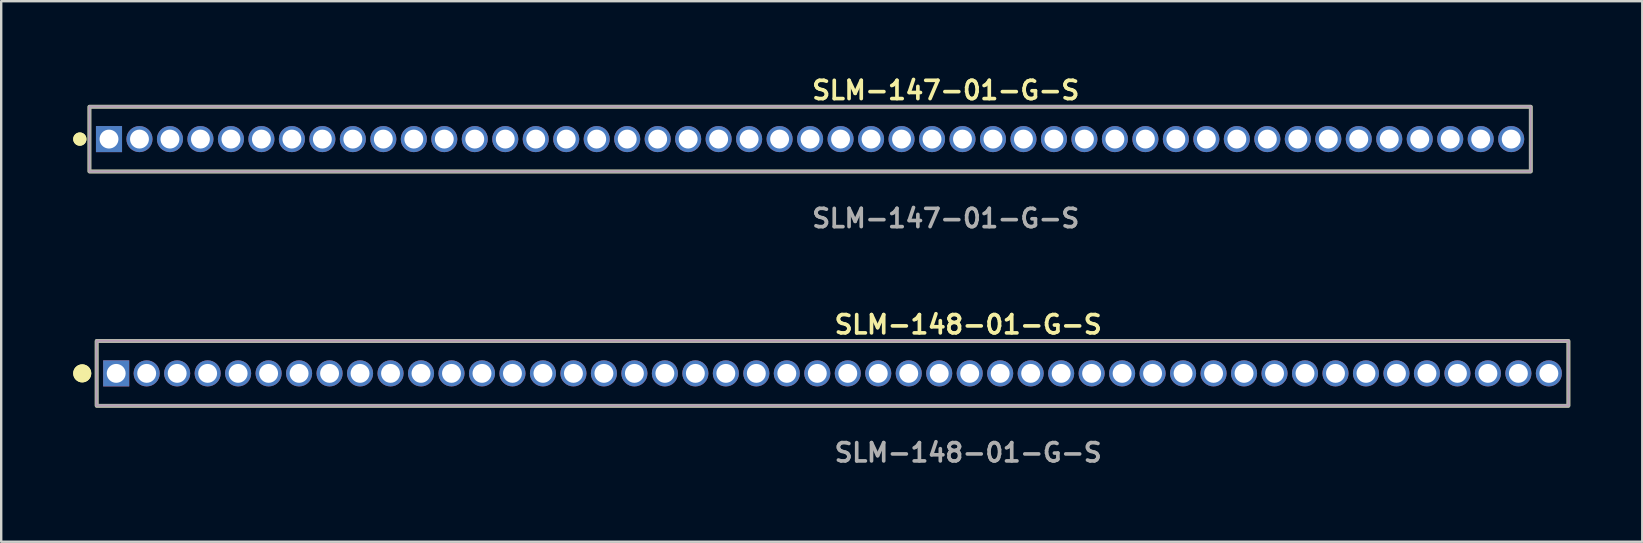
<source format=kicad_pcb>
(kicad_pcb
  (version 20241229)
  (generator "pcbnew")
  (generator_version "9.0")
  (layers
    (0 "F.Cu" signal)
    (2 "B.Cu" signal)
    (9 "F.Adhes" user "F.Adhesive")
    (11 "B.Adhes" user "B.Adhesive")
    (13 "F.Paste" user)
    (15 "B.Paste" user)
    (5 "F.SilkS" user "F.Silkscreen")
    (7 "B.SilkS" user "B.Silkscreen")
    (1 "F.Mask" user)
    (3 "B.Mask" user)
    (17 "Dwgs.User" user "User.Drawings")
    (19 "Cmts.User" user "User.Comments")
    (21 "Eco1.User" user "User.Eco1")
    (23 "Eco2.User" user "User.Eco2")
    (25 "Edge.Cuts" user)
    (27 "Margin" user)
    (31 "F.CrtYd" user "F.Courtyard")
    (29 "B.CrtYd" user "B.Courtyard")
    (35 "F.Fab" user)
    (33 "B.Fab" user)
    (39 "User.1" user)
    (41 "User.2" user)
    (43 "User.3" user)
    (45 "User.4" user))
  (footprint "SLM-148-01-G-S"
    (layer "F.Cu")
    (at 31.636 12.506)
    (property "Reference" "SLM-148-01-G-S" (at 0 -2.032 0) (unlocked yes) (layer "F.SilkS") (effects (font (size 0.762 0.762) (thickness 0.152)) (justify left)))
    (fp_rect (start -30.66 1.35) (end 30.66 -1.35) (stroke (width 0.152) (type solid)) (fill no) (layer "F.SilkS"))
    (fp_circle (center -31.26 0) (end -31.56 0) (stroke (width 0.152) (type solid)) (fill yes) (layer "F.SilkS"))
    (fp_circle (center -31.26 0) (end -31.56 0) (stroke (width 0.152) (type solid)) (fill yes) (layer "F.SilkS"))
    (fp_rect (start -30.66 1.35) (end 30.66 -1.35) (stroke (width 0.006) (type solid)) (fill no) (layer "F.CrtYd"))
    (fp_rect (start -30.66 1.35) (end 30.66 -1.35) (stroke (width 0.152) (type solid)) (fill no) (layer "F.Fab"))
    (fp_text user "${REFERENCE}" (at 0 3.302 0) (unlocked yes) (layer "F.Fab") (effects (font (size 0.762 0.762) (thickness 0.152)) (justify left)))
    (pad "1" thru_hole rect (at -29.845 0) (size 1.087 1.087) (drill 0.787) (layers "*.Cu" "*.Mask"))
    (pad "2" thru_hole circle (at -28.575 0) (size 1.087 1.087) (drill 0.787) (layers "*.Cu" "*.Mask"))
    (pad "3" thru_hole circle (at -27.305 0) (size 1.087 1.087) (drill 0.787) (layers "*.Cu" "*.Mask"))
    (pad "4" thru_hole circle (at -26.035 0) (size 1.087 1.087) (drill 0.787) (layers "*.Cu" "*.Mask"))
    (pad "5" thru_hole circle (at -24.765 0) (size 1.087 1.087) (drill 0.787) (layers "*.Cu" "*.Mask"))
    (pad "6" thru_hole circle (at -23.495 0) (size 1.087 1.087) (drill 0.787) (layers "*.Cu" "*.Mask"))
    (pad "7" thru_hole circle (at -22.225 0) (size 1.087 1.087) (drill 0.787) (layers "*.Cu" "*.Mask"))
    (pad "8" thru_hole circle (at -20.955 0) (size 1.087 1.087) (drill 0.787) (layers "*.Cu" "*.Mask"))
    (pad "9" thru_hole circle (at -19.685 0) (size 1.087 1.087) (drill 0.787) (layers "*.Cu" "*.Mask"))
    (pad "10" thru_hole circle (at -18.415 0) (size 1.087 1.087) (drill 0.787) (layers "*.Cu" "*.Mask"))
    (pad "11" thru_hole circle (at -17.145 0) (size 1.087 1.087) (drill 0.787) (layers "*.Cu" "*.Mask"))
    (pad "12" thru_hole circle (at -15.875 0) (size 1.087 1.087) (drill 0.787) (layers "*.Cu" "*.Mask"))
    (pad "13" thru_hole circle (at -14.605 0) (size 1.087 1.087) (drill 0.787) (layers "*.Cu" "*.Mask"))
    (pad "14" thru_hole circle (at -13.335 0) (size 1.087 1.087) (drill 0.787) (layers "*.Cu" "*.Mask"))
    (pad "15" thru_hole circle (at -12.065 0) (size 1.087 1.087) (drill 0.787) (layers "*.Cu" "*.Mask"))
    (pad "16" thru_hole circle (at -10.795 0) (size 1.087 1.087) (drill 0.787) (layers "*.Cu" "*.Mask"))
    (pad "17" thru_hole circle (at -9.525 0) (size 1.087 1.087) (drill 0.787) (layers "*.Cu" "*.Mask"))
    (pad "18" thru_hole circle (at -8.255 0) (size 1.087 1.087) (drill 0.787) (layers "*.Cu" "*.Mask"))
    (pad "19" thru_hole circle (at -6.985 0) (size 1.087 1.087) (drill 0.787) (layers "*.Cu" "*.Mask"))
    (pad "20" thru_hole circle (at -5.715 0) (size 1.087 1.087) (drill 0.787) (layers "*.Cu" "*.Mask"))
    (pad "21" thru_hole circle (at -4.445 0) (size 1.087 1.087) (drill 0.787) (layers "*.Cu" "*.Mask"))
    (pad "22" thru_hole circle (at -3.175 0) (size 1.087 1.087) (drill 0.787) (layers "*.Cu" "*.Mask"))
    (pad "23" thru_hole circle (at -1.905 0) (size 1.087 1.087) (drill 0.787) (layers "*.Cu" "*.Mask"))
    (pad "24" thru_hole circle (at -0.635 0) (size 1.087 1.087) (drill 0.787) (layers "*.Cu" "*.Mask"))
    (pad "25" thru_hole circle (at 0.635 0) (size 1.087 1.087) (drill 0.787) (layers "*.Cu" "*.Mask"))
    (pad "26" thru_hole circle (at 1.905 0) (size 1.087 1.087) (drill 0.787) (layers "*.Cu" "*.Mask"))
    (pad "27" thru_hole circle (at 3.175 0) (size 1.087 1.087) (drill 0.787) (layers "*.Cu" "*.Mask"))
    (pad "28" thru_hole circle (at 4.445 0) (size 1.087 1.087) (drill 0.787) (layers "*.Cu" "*.Mask"))
    (pad "29" thru_hole circle (at 5.715 0) (size 1.087 1.087) (drill 0.787) (layers "*.Cu" "*.Mask"))
    (pad "30" thru_hole circle (at 6.985 0) (size 1.087 1.087) (drill 0.787) (layers "*.Cu" "*.Mask"))
    (pad "31" thru_hole circle (at 8.255 0) (size 1.087 1.087) (drill 0.787) (layers "*.Cu" "*.Mask"))
    (pad "32" thru_hole circle (at 9.525 0) (size 1.087 1.087) (drill 0.787) (layers "*.Cu" "*.Mask"))
    (pad "33" thru_hole circle (at 10.795 0) (size 1.087 1.087) (drill 0.787) (layers "*.Cu" "*.Mask"))
    (pad "34" thru_hole circle (at 12.065 0) (size 1.087 1.087) (drill 0.787) (layers "*.Cu" "*.Mask"))
    (pad "35" thru_hole circle (at 13.335 0) (size 1.087 1.087) (drill 0.787) (layers "*.Cu" "*.Mask"))
    (pad "36" thru_hole circle (at 14.605 0) (size 1.087 1.087) (drill 0.787) (layers "*.Cu" "*.Mask"))
    (pad "37" thru_hole circle (at 15.875 0) (size 1.087 1.087) (drill 0.787) (layers "*.Cu" "*.Mask"))
    (pad "38" thru_hole circle (at 17.145 0) (size 1.087 1.087) (drill 0.787) (layers "*.Cu" "*.Mask"))
    (pad "39" thru_hole circle (at 18.415 0) (size 1.087 1.087) (drill 0.787) (layers "*.Cu" "*.Mask"))
    (pad "40" thru_hole circle (at 19.685 0) (size 1.087 1.087) (drill 0.787) (layers "*.Cu" "*.Mask"))
    (pad "41" thru_hole circle (at 20.955 0) (size 1.087 1.087) (drill 0.787) (layers "*.Cu" "*.Mask"))
    (pad "42" thru_hole circle (at 22.225 0) (size 1.087 1.087) (drill 0.787) (layers "*.Cu" "*.Mask"))
    (pad "43" thru_hole circle (at 23.495 0) (size 1.087 1.087) (drill 0.787) (layers "*.Cu" "*.Mask"))
    (pad "44" thru_hole circle (at 24.765 0) (size 1.087 1.087) (drill 0.787) (layers "*.Cu" "*.Mask"))
    (pad "45" thru_hole circle (at 26.035 0) (size 1.087 1.087) (drill 0.787) (layers "*.Cu" "*.Mask"))
    (pad "46" thru_hole circle (at 27.305 0) (size 1.087 1.087) (drill 0.787) (layers "*.Cu" "*.Mask"))
    (pad "47" thru_hole circle (at 28.575 0) (size 1.087 1.087) (drill 0.787) (layers "*.Cu" "*.Mask"))
    (pad "48" thru_hole circle (at 29.845 0) (size 1.087 1.087) (drill 0.787) (layers "*.Cu" "*.Mask")))
  (footprint "SLM-147-01-G-S"
    (layer "F.Cu")
    (at 30.701 2.745)
    (property "Reference" "SLM-147-01-G-S" (at 0 -2.032 0) (unlocked yes) (layer "F.SilkS") (effects (font (size 0.762 0.762) (thickness 0.152)) (justify left)))
    (fp_rect (start -30.025 1.35) (end 30.025 -1.35) (stroke (width 0.152) (type solid)) (fill no) (layer "F.SilkS"))
    (fp_circle (center -30.425 0) (end -30.625 0) (stroke (width 0.152) (type solid)) (fill yes) (layer "F.SilkS"))
    (fp_circle (center -30.425 0) (end -30.625 0) (stroke (width 0.152) (type solid)) (fill yes) (layer "F.SilkS"))
    (fp_rect (start -30.025 1.35) (end 30.025 -1.35) (stroke (width 0.006) (type solid)) (fill no) (layer "F.CrtYd"))
    (fp_rect (start -30.025 1.35) (end 30.025 -1.35) (stroke (width 0.152) (type solid)) (fill no) (layer "F.Fab"))
    (fp_text user "${REFERENCE}" (at 0 3.302 0) (unlocked yes) (layer "F.Fab") (effects (font (size 0.762 0.762) (thickness 0.152)) (justify left)))
    (pad "1" thru_hole rect (at -29.21 0) (size 1.087 1.087) (drill 0.787) (layers "*.Cu" "*.Mask"))
    (pad "2" thru_hole circle (at -27.94 0) (size 1.087 1.087) (drill 0.787) (layers "*.Cu" "*.Mask"))
    (pad "3" thru_hole circle (at -26.67 0) (size 1.087 1.087) (drill 0.787) (layers "*.Cu" "*.Mask"))
    (pad "4" thru_hole circle (at -25.4 0) (size 1.087 1.087) (drill 0.787) (layers "*.Cu" "*.Mask"))
    (pad "5" thru_hole circle (at -24.13 0) (size 1.087 1.087) (drill 0.787) (layers "*.Cu" "*.Mask"))
    (pad "6" thru_hole circle (at -22.86 0) (size 1.087 1.087) (drill 0.787) (layers "*.Cu" "*.Mask"))
    (pad "7" thru_hole circle (at -21.59 0) (size 1.087 1.087) (drill 0.787) (layers "*.Cu" "*.Mask"))
    (pad "8" thru_hole circle (at -20.32 0) (size 1.087 1.087) (drill 0.787) (layers "*.Cu" "*.Mask"))
    (pad "9" thru_hole circle (at -19.05 0) (size 1.087 1.087) (drill 0.787) (layers "*.Cu" "*.Mask"))
    (pad "10" thru_hole circle (at -17.78 0) (size 1.087 1.087) (drill 0.787) (layers "*.Cu" "*.Mask"))
    (pad "11" thru_hole circle (at -16.51 0) (size 1.087 1.087) (drill 0.787) (layers "*.Cu" "*.Mask"))
    (pad "12" thru_hole circle (at -15.24 0) (size 1.087 1.087) (drill 0.787) (layers "*.Cu" "*.Mask"))
    (pad "13" thru_hole circle (at -13.97 0) (size 1.087 1.087) (drill 0.787) (layers "*.Cu" "*.Mask"))
    (pad "14" thru_hole circle (at -12.7 0) (size 1.087 1.087) (drill 0.787) (layers "*.Cu" "*.Mask"))
    (pad "15" thru_hole circle (at -11.43 0) (size 1.087 1.087) (drill 0.787) (layers "*.Cu" "*.Mask"))
    (pad "16" thru_hole circle (at -10.16 0) (size 1.087 1.087) (drill 0.787) (layers "*.Cu" "*.Mask"))
    (pad "17" thru_hole circle (at -8.89 0) (size 1.087 1.087) (drill 0.787) (layers "*.Cu" "*.Mask"))
    (pad "18" thru_hole circle (at -7.62 0) (size 1.087 1.087) (drill 0.787) (layers "*.Cu" "*.Mask"))
    (pad "19" thru_hole circle (at -6.35 0) (size 1.087 1.087) (drill 0.787) (layers "*.Cu" "*.Mask"))
    (pad "20" thru_hole circle (at -5.08 0) (size 1.087 1.087) (drill 0.787) (layers "*.Cu" "*.Mask"))
    (pad "21" thru_hole circle (at -3.81 0) (size 1.087 1.087) (drill 0.787) (layers "*.Cu" "*.Mask"))
    (pad "22" thru_hole circle (at -2.54 0) (size 1.087 1.087) (drill 0.787) (layers "*.Cu" "*.Mask"))
    (pad "23" thru_hole circle (at -1.27 0) (size 1.087 1.087) (drill 0.787) (layers "*.Cu" "*.Mask"))
    (pad "24" thru_hole circle (at 0 0) (size 1.087 1.087) (drill 0.787) (layers "*.Cu" "*.Mask"))
    (pad "25" thru_hole circle (at 1.27 0) (size 1.087 1.087) (drill 0.787) (layers "*.Cu" "*.Mask"))
    (pad "26" thru_hole circle (at 2.54 0) (size 1.087 1.087) (drill 0.787) (layers "*.Cu" "*.Mask"))
    (pad "27" thru_hole circle (at 3.81 0) (size 1.087 1.087) (drill 0.787) (layers "*.Cu" "*.Mask"))
    (pad "28" thru_hole circle (at 5.08 0) (size 1.087 1.087) (drill 0.787) (layers "*.Cu" "*.Mask"))
    (pad "29" thru_hole circle (at 6.35 0) (size 1.087 1.087) (drill 0.787) (layers "*.Cu" "*.Mask"))
    (pad "30" thru_hole circle (at 7.62 0) (size 1.087 1.087) (drill 0.787) (layers "*.Cu" "*.Mask"))
    (pad "31" thru_hole circle (at 8.89 0) (size 1.087 1.087) (drill 0.787) (layers "*.Cu" "*.Mask"))
    (pad "32" thru_hole circle (at 10.16 0) (size 1.087 1.087) (drill 0.787) (layers "*.Cu" "*.Mask"))
    (pad "33" thru_hole circle (at 11.43 0) (size 1.087 1.087) (drill 0.787) (layers "*.Cu" "*.Mask"))
    (pad "34" thru_hole circle (at 12.7 0) (size 1.087 1.087) (drill 0.787) (layers "*.Cu" "*.Mask"))
    (pad "35" thru_hole circle (at 13.97 0) (size 1.087 1.087) (drill 0.787) (layers "*.Cu" "*.Mask"))
    (pad "36" thru_hole circle (at 15.24 0) (size 1.087 1.087) (drill 0.787) (layers "*.Cu" "*.Mask"))
    (pad "37" thru_hole circle (at 16.51 0) (size 1.087 1.087) (drill 0.787) (layers "*.Cu" "*.Mask"))
    (pad "38" thru_hole circle (at 17.78 0) (size 1.087 1.087) (drill 0.787) (layers "*.Cu" "*.Mask"))
    (pad "39" thru_hole circle (at 19.05 0) (size 1.087 1.087) (drill 0.787) (layers "*.Cu" "*.Mask"))
    (pad "40" thru_hole circle (at 20.32 0) (size 1.087 1.087) (drill 0.787) (layers "*.Cu" "*.Mask"))
    (pad "41" thru_hole circle (at 21.59 0) (size 1.087 1.087) (drill 0.787) (layers "*.Cu" "*.Mask"))
    (pad "42" thru_hole circle (at 22.86 0) (size 1.087 1.087) (drill 0.787) (layers "*.Cu" "*.Mask"))
    (pad "43" thru_hole circle (at 24.13 0) (size 1.087 1.087) (drill 0.787) (layers "*.Cu" "*.Mask"))
    (pad "44" thru_hole circle (at 25.4 0) (size 1.087 1.087) (drill 0.787) (layers "*.Cu" "*.Mask"))
    (pad "45" thru_hole circle (at 26.67 0) (size 1.087 1.087) (drill 0.787) (layers "*.Cu" "*.Mask"))
    (pad "46" thru_hole circle (at 27.94 0) (size 1.087 1.087) (drill 0.787) (layers "*.Cu" "*.Mask"))
    (pad "47" thru_hole circle (at 29.21 0) (size 1.087 1.087) (drill 0.787) (layers "*.Cu" "*.Mask")))
  (gr_rect
    (start -3 -3)
    (end 65.372 19.521)
    (stroke (width 0.1) (type default))
    (fill no)
    (layer "Edge.Cuts")))
</source>
